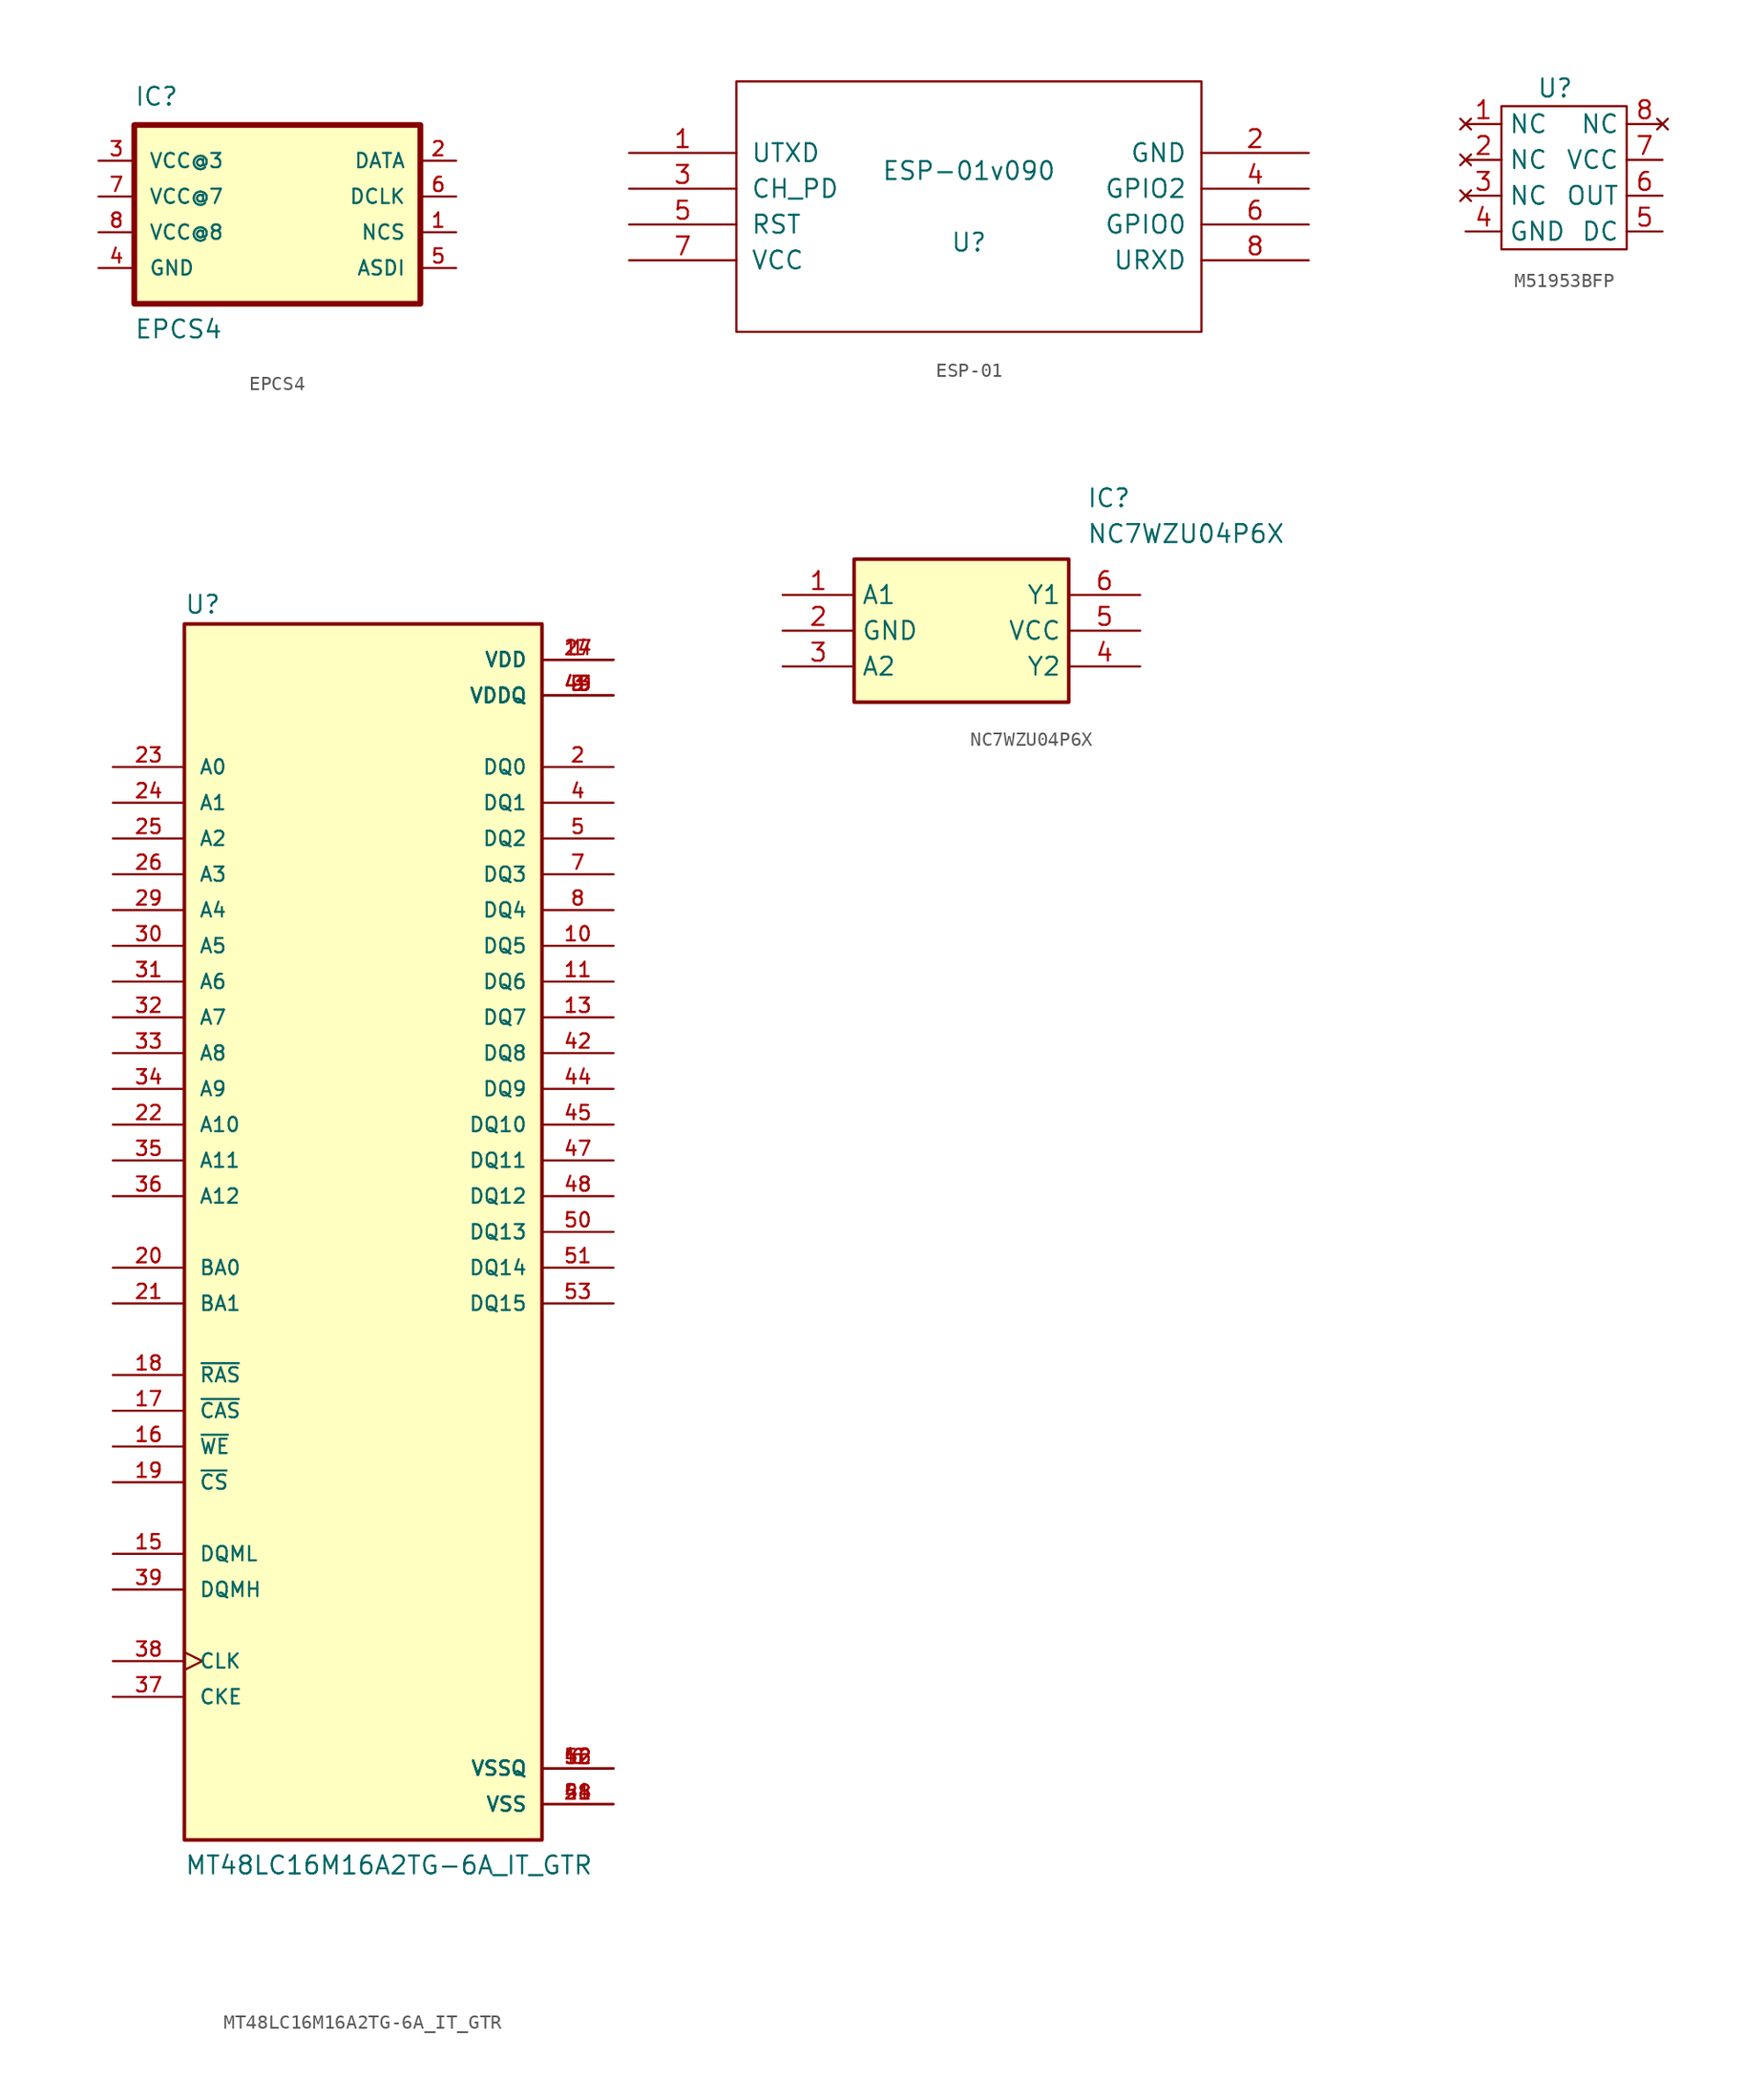
<source format=kicad_sym>
(kicad_symbol_lib
  (version 20220914)
  (generator kicad_symbol_editor)
  (symbol "EPCS4"
    (pin_names
      (offset 1.016))
    (property "Reference" "IC"
      (at -10.163 8.893 0)
      (effects (font (size 1.27 1.27)) (justify left bottom)))
    (property "Value" "EPCS4"
      (at -10.174 -7.631 0)
      (effects (font (size 1.27 1.27)) (justify left bottom)))
    (symbol "EPCS4_0_0"
      (rectangle (start -10.16 -5.08) (end 10.16 7.62) (stroke (width 0.406) (type default)) (fill (type background)))
      (pin input line (at 12.7 0 180) (length 2.54) (name "NCS" (effects (font (size 1.016 1.016)))) (number "1" (effects (font (size 1.016 1.016)))))
      (pin output line (at 12.7 5.08 180) (length 2.54) (name "DATA" (effects (font (size 1.016 1.016)))) (number "2" (effects (font (size 1.016 1.016)))))
      (pin power_in line (at -12.7 5.08 0) (length 2.54) (name "VCC@3" (effects (font (size 1.016 1.016)))) (number "3" (effects (font (size 1.016 1.016)))))
      (pin power_in line (at -12.7 -2.54 0) (length 2.54) (name "GND" (effects (font (size 1.016 1.016)))) (number "4" (effects (font (size 1.016 1.016)))))
      (pin input line (at 12.7 -2.54 180) (length 2.54) (name "ASDI" (effects (font (size 1.016 1.016)))) (number "5" (effects (font (size 1.016 1.016)))))
      (pin input line (at 12.7 2.54 180) (length 2.54) (name "DCLK" (effects (font (size 1.016 1.016)))) (number "6" (effects (font (size 1.016 1.016)))))
      (pin power_in line (at -12.7 2.54 0) (length 2.54) (name "VCC@7" (effects (font (size 1.016 1.016)))) (number "7" (effects (font (size 1.016 1.016)))))
      (pin power_in line (at -12.7 0 0) (length 2.54) (name "VCC@8" (effects (font (size 1.016 1.016)))) (number "8" (effects (font (size 1.016 1.016)))))))
  (symbol "ESP-01"
    (pin_names
      (offset 1.016))
    (property "Reference" "U"
      (at 0 -2.54 0)
      (effects (font (size 1.27 1.27))))
    (property "Value" "ESP-01v090"
      (at 0 2.54 0)
      (effects (font (size 1.27 1.27))))
    (symbol "ESP-01_1_0"
      (rectangle (start -16.51 -8.89) (end 16.51 8.89) (stroke (width 0) (type solid)) (fill (type none))))
    (symbol "ESP-01_1_1"
      (pin output line (at -24.13 3.81 0) (length 7.62) (name "UTXD" (effects (font (size 1.27 1.27)))) (number "1" (effects (font (size 1.27 1.27)))))
      (pin power_in line (at 24.13 3.81 180) (length 7.62) (name "GND" (effects (font (size 1.27 1.27)))) (number "2" (effects (font (size 1.27 1.27)))))
      (pin input line (at -24.13 1.27 0) (length 7.62) (name "CH_PD" (effects (font (size 1.27 1.27)))) (number "3" (effects (font (size 1.27 1.27)))))
      (pin tri_state line (at 24.13 1.27 180) (length 7.62) (name "GPIO2" (effects (font (size 1.27 1.27)))) (number "4" (effects (font (size 1.27 1.27)))))
      (pin input line (at -24.13 -1.27 0) (length 7.62) (name "RST" (effects (font (size 1.27 1.27)))) (number "5" (effects (font (size 1.27 1.27)))))
      (pin tri_state line (at 24.13 -1.27 180) (length 7.62) (name "GPIO0" (effects (font (size 1.27 1.27)))) (number "6" (effects (font (size 1.27 1.27)))))
      (pin power_in line (at -24.13 -3.81 0) (length 7.62) (name "VCC" (effects (font (size 1.27 1.27)))) (number "7" (effects (font (size 1.27 1.27)))))
      (pin input line (at 24.13 -3.81 180) (length 7.62) (name "URXD" (effects (font (size 1.27 1.27)))) (number "8" (effects (font (size 1.27 1.27)))))))
  (symbol "M51953BFP"
    (property "Reference" "U"
      (at -1.27 6.35 0)
      (effects (font (size 1.27 1.27))))
    (property "Value" ""
      (at -1.27 0 0)
      (effects (font (size 1.27 1.27))))
    (symbol "M51953BFP_0_1"
      (rectangle (start -5.08 5.08) (end 3.81 -5.08) (stroke (width 0) (type default)) (fill (type none))))
    (symbol "M51953BFP_1_1"
      (pin no_connect line (at -7.62 3.81 0) (length 2.54) (name "NC" (effects (font (size 1.27 1.27)))) (number "1" (effects (font (size 1.27 1.27)))))
      (pin no_connect line (at -7.62 1.27 0) (length 2.54) (name "NC" (effects (font (size 1.27 1.27)))) (number "2" (effects (font (size 1.27 1.27)))))
      (pin no_connect line (at -7.62 -1.27 0) (length 2.54) (name "NC" (effects (font (size 1.27 1.27)))) (number "3" (effects (font (size 1.27 1.27)))))
      (pin passive line (at -7.62 -3.81 0) (length 2.54) (name "GND" (effects (font (size 1.27 1.27)))) (number "4" (effects (font (size 1.27 1.27)))))
      (pin passive line (at 6.35 -3.81 180) (length 2.54) (name "DC" (effects (font (size 1.27 1.27)))) (number "5" (effects (font (size 1.27 1.27)))))
      (pin passive line (at 6.35 -1.27 180) (length 2.54) (name "OUT" (effects (font (size 1.27 1.27)))) (number "6" (effects (font (size 1.27 1.27)))))
      (pin passive line (at 6.35 1.27 180) (length 2.54) (name "VCC" (effects (font (size 1.27 1.27)))) (number "7" (effects (font (size 1.27 1.27)))))
      (pin no_connect line (at 6.35 3.81 180) (length 2.54) (name "NC" (effects (font (size 1.27 1.27)))) (number "8" (effects (font (size 1.27 1.27)))))))
  (symbol "MT48LC16M16A2TG-6A_IT_GTR"
    (pin_names
      (offset 1.016))
    (property "Reference" "U"
      (at -12.7 43.815 0)
      (effects (font (size 1.27 1.27)) (justify left bottom)))
    (property "Value" "MT48LC16M16A2TG-6A_IT_GTR"
      (at -12.7 -45.72 0)
      (effects (font (size 1.27 1.27)) (justify left bottom)))
    (symbol "MT48LC16M16A2TG-6A_IT_GTR_0_0"
      (rectangle (start -12.7 -43.18) (end 12.7 43.18) (stroke (width 0.254) (type default)) (fill (type background)))
      (pin power_in line (at 17.78 40.64 180) (length 5.08) (name "VDD" (effects (font (size 1.016 1.016)))) (number "1" (effects (font (size 1.016 1.016)))))
      (pin bidirectional line (at 17.78 20.32 180) (length 5.08) (name "DQ5" (effects (font (size 1.016 1.016)))) (number "10" (effects (font (size 1.016 1.016)))))
      (pin bidirectional line (at 17.78 17.78 180) (length 5.08) (name "DQ6" (effects (font (size 1.016 1.016)))) (number "11" (effects (font (size 1.016 1.016)))))
      (pin power_in line (at 17.78 -38.1 180) (length 5.08) (name "VSSQ" (effects (font (size 1.016 1.016)))) (number "12" (effects (font (size 1.016 1.016)))))
      (pin bidirectional line (at 17.78 15.24 180) (length 5.08) (name "DQ7" (effects (font (size 1.016 1.016)))) (number "13" (effects (font (size 1.016 1.016)))))
      (pin power_in line (at 17.78 40.64 180) (length 5.08) (name "VDD" (effects (font (size 1.016 1.016)))) (number "14" (effects (font (size 1.016 1.016)))))
      (pin input line (at -17.78 -22.86 0) (length 5.08) (name "DQML" (effects (font (size 1.016 1.016)))) (number "15" (effects (font (size 1.016 1.016)))))
      (pin input line (at -17.78 -15.24 0) (length 5.08) (name "~{WE}" (effects (font (size 1.016 1.016)))) (number "16" (effects (font (size 1.016 1.016)))))
      (pin input line (at -17.78 -12.7 0) (length 5.08) (name "~{CAS}" (effects (font (size 1.016 1.016)))) (number "17" (effects (font (size 1.016 1.016)))))
      (pin input line (at -17.78 -10.16 0) (length 5.08) (name "~{RAS}" (effects (font (size 1.016 1.016)))) (number "18" (effects (font (size 1.016 1.016)))))
      (pin input line (at -17.78 -17.78 0) (length 5.08) (name "~{CS}" (effects (font (size 1.016 1.016)))) (number "19" (effects (font (size 1.016 1.016)))))
      (pin bidirectional line (at 17.78 33.02 180) (length 5.08) (name "DQ0" (effects (font (size 1.016 1.016)))) (number "2" (effects (font (size 1.016 1.016)))))
      (pin input line (at -17.78 -2.54 0) (length 5.08) (name "BA0" (effects (font (size 1.016 1.016)))) (number "20" (effects (font (size 1.016 1.016)))))
      (pin input line (at -17.78 -5.08 0) (length 5.08) (name "BA1" (effects (font (size 1.016 1.016)))) (number "21" (effects (font (size 1.016 1.016)))))
      (pin input line (at -17.78 7.62 0) (length 5.08) (name "A10" (effects (font (size 1.016 1.016)))) (number "22" (effects (font (size 1.016 1.016)))))
      (pin input line (at -17.78 33.02 0) (length 5.08) (name "A0" (effects (font (size 1.016 1.016)))) (number "23" (effects (font (size 1.016 1.016)))))
      (pin input line (at -17.78 30.48 0) (length 5.08) (name "A1" (effects (font (size 1.016 1.016)))) (number "24" (effects (font (size 1.016 1.016)))))
      (pin input line (at -17.78 27.94 0) (length 5.08) (name "A2" (effects (font (size 1.016 1.016)))) (number "25" (effects (font (size 1.016 1.016)))))
      (pin input line (at -17.78 25.4 0) (length 5.08) (name "A3" (effects (font (size 1.016 1.016)))) (number "26" (effects (font (size 1.016 1.016)))))
      (pin power_in line (at 17.78 40.64 180) (length 5.08) (name "VDD" (effects (font (size 1.016 1.016)))) (number "27" (effects (font (size 1.016 1.016)))))
      (pin power_in line (at 17.78 -40.64 180) (length 5.08) (name "VSS" (effects (font (size 1.016 1.016)))) (number "28" (effects (font (size 1.016 1.016)))))
      (pin input line (at -17.78 22.86 0) (length 5.08) (name "A4" (effects (font (size 1.016 1.016)))) (number "29" (effects (font (size 1.016 1.016)))))
      (pin power_in line (at 17.78 38.1 180) (length 5.08) (name "VDDQ" (effects (font (size 1.016 1.016)))) (number "3" (effects (font (size 1.016 1.016)))))
      (pin input line (at -17.78 20.32 0) (length 5.08) (name "A5" (effects (font (size 1.016 1.016)))) (number "30" (effects (font (size 1.016 1.016)))))
      (pin input line (at -17.78 17.78 0) (length 5.08) (name "A6" (effects (font (size 1.016 1.016)))) (number "31" (effects (font (size 1.016 1.016)))))
      (pin input line (at -17.78 15.24 0) (length 5.08) (name "A7" (effects (font (size 1.016 1.016)))) (number "32" (effects (font (size 1.016 1.016)))))
      (pin input line (at -17.78 12.7 0) (length 5.08) (name "A8" (effects (font (size 1.016 1.016)))) (number "33" (effects (font (size 1.016 1.016)))))
      (pin input line (at -17.78 10.16 0) (length 5.08) (name "A9" (effects (font (size 1.016 1.016)))) (number "34" (effects (font (size 1.016 1.016)))))
      (pin input line (at -17.78 5.08 0) (length 5.08) (name "A11" (effects (font (size 1.016 1.016)))) (number "35" (effects (font (size 1.016 1.016)))))
      (pin input line (at -17.78 2.54 0) (length 5.08) (name "A12" (effects (font (size 1.016 1.016)))) (number "36" (effects (font (size 1.016 1.016)))))
      (pin input line (at -17.78 -33.02 0) (length 5.08) (name "CKE" (effects (font (size 1.016 1.016)))) (number "37" (effects (font (size 1.016 1.016)))))
      (pin input clock (at -17.78 -30.48 0) (length 5.08) (name "CLK" (effects (font (size 1.016 1.016)))) (number "38" (effects (font (size 1.016 1.016)))))
      (pin input line (at -17.78 -25.4 0) (length 5.08) (name "DQMH" (effects (font (size 1.016 1.016)))) (number "39" (effects (font (size 1.016 1.016)))))
      (pin bidirectional line (at 17.78 30.48 180) (length 5.08) (name "DQ1" (effects (font (size 1.016 1.016)))) (number "4" (effects (font (size 1.016 1.016)))))
      (pin power_in line (at 17.78 -40.64 180) (length 5.08) (name "VSS" (effects (font (size 1.016 1.016)))) (number "41" (effects (font (size 1.016 1.016)))))
      (pin bidirectional line (at 17.78 12.7 180) (length 5.08) (name "DQ8" (effects (font (size 1.016 1.016)))) (number "42" (effects (font (size 1.016 1.016)))))
      (pin power_in line (at 17.78 38.1 180) (length 5.08) (name "VDDQ" (effects (font (size 1.016 1.016)))) (number "43" (effects (font (size 1.016 1.016)))))
      (pin bidirectional line (at 17.78 10.16 180) (length 5.08) (name "DQ9" (effects (font (size 1.016 1.016)))) (number "44" (effects (font (size 1.016 1.016)))))
      (pin bidirectional line (at 17.78 7.62 180) (length 5.08) (name "DQ10" (effects (font (size 1.016 1.016)))) (number "45" (effects (font (size 1.016 1.016)))))
      (pin power_in line (at 17.78 -38.1 180) (length 5.08) (name "VSSQ" (effects (font (size 1.016 1.016)))) (number "46" (effects (font (size 1.016 1.016)))))
      (pin bidirectional line (at 17.78 5.08 180) (length 5.08) (name "DQ11" (effects (font (size 1.016 1.016)))) (number "47" (effects (font (size 1.016 1.016)))))
      (pin bidirectional line (at 17.78 2.54 180) (length 5.08) (name "DQ12" (effects (font (size 1.016 1.016)))) (number "48" (effects (font (size 1.016 1.016)))))
      (pin power_in line (at 17.78 38.1 180) (length 5.08) (name "VDDQ" (effects (font (size 1.016 1.016)))) (number "49" (effects (font (size 1.016 1.016)))))
      (pin bidirectional line (at 17.78 27.94 180) (length 5.08) (name "DQ2" (effects (font (size 1.016 1.016)))) (number "5" (effects (font (size 1.016 1.016)))))
      (pin bidirectional line (at 17.78 0 180) (length 5.08) (name "DQ13" (effects (font (size 1.016 1.016)))) (number "50" (effects (font (size 1.016 1.016)))))
      (pin bidirectional line (at 17.78 -2.54 180) (length 5.08) (name "DQ14" (effects (font (size 1.016 1.016)))) (number "51" (effects (font (size 1.016 1.016)))))
      (pin power_in line (at 17.78 -38.1 180) (length 5.08) (name "VSSQ" (effects (font (size 1.016 1.016)))) (number "52" (effects (font (size 1.016 1.016)))))
      (pin bidirectional line (at 17.78 -5.08 180) (length 5.08) (name "DQ15" (effects (font (size 1.016 1.016)))) (number "53" (effects (font (size 1.016 1.016)))))
      (pin power_in line (at 17.78 -40.64 180) (length 5.08) (name "VSS" (effects (font (size 1.016 1.016)))) (number "54" (effects (font (size 1.016 1.016)))))
      (pin power_in line (at 17.78 -38.1 180) (length 5.08) (name "VSSQ" (effects (font (size 1.016 1.016)))) (number "6" (effects (font (size 1.016 1.016)))))
      (pin bidirectional line (at 17.78 25.4 180) (length 5.08) (name "DQ3" (effects (font (size 1.016 1.016)))) (number "7" (effects (font (size 1.016 1.016)))))
      (pin bidirectional line (at 17.78 22.86 180) (length 5.08) (name "DQ4" (effects (font (size 1.016 1.016)))) (number "8" (effects (font (size 1.016 1.016)))))
      (pin power_in line (at 17.78 38.1 180) (length 5.08) (name "VDDQ" (effects (font (size 1.016 1.016)))) (number "9" (effects (font (size 1.016 1.016)))))))
  (symbol "NC7WZU04P6X"
    (property "Reference" "IC"
      (at 21.59 7.62 0)
      (effects (font (size 1.27 1.27)) (justify left top)))
    (property "Value" "NC7WZU04P6X"
      (at 21.59 5.08 0)
      (effects (font (size 1.27 1.27)) (justify left top)))
    (symbol "NC7WZU04P6X_1_1"
      (rectangle (start 5.08 2.54) (end 20.32 -7.62) (stroke (width 0.254) (type default)) (fill (type background)))
      (pin passive line (at 0 0 0) (length 5.08) (name "A1" (effects (font (size 1.27 1.27)))) (number "1" (effects (font (size 1.27 1.27)))))
      (pin passive line (at 0 -2.54 0) (length 5.08) (name "GND" (effects (font (size 1.27 1.27)))) (number "2" (effects (font (size 1.27 1.27)))))
      (pin passive line (at 0 -5.08 0) (length 5.08) (name "A2" (effects (font (size 1.27 1.27)))) (number "3" (effects (font (size 1.27 1.27)))))
      (pin passive line (at 25.4 -5.08 180) (length 5.08) (name "Y2" (effects (font (size 1.27 1.27)))) (number "4" (effects (font (size 1.27 1.27)))))
      (pin passive line (at 25.4 -2.54 180) (length 5.08) (name "VCC" (effects (font (size 1.27 1.27)))) (number "5" (effects (font (size 1.27 1.27)))))
      (pin passive line (at 25.4 0 180) (length 5.08) (name "Y1" (effects (font (size 1.27 1.27)))) (number "6" (effects (font (size 1.27 1.27))))))))
</source>
